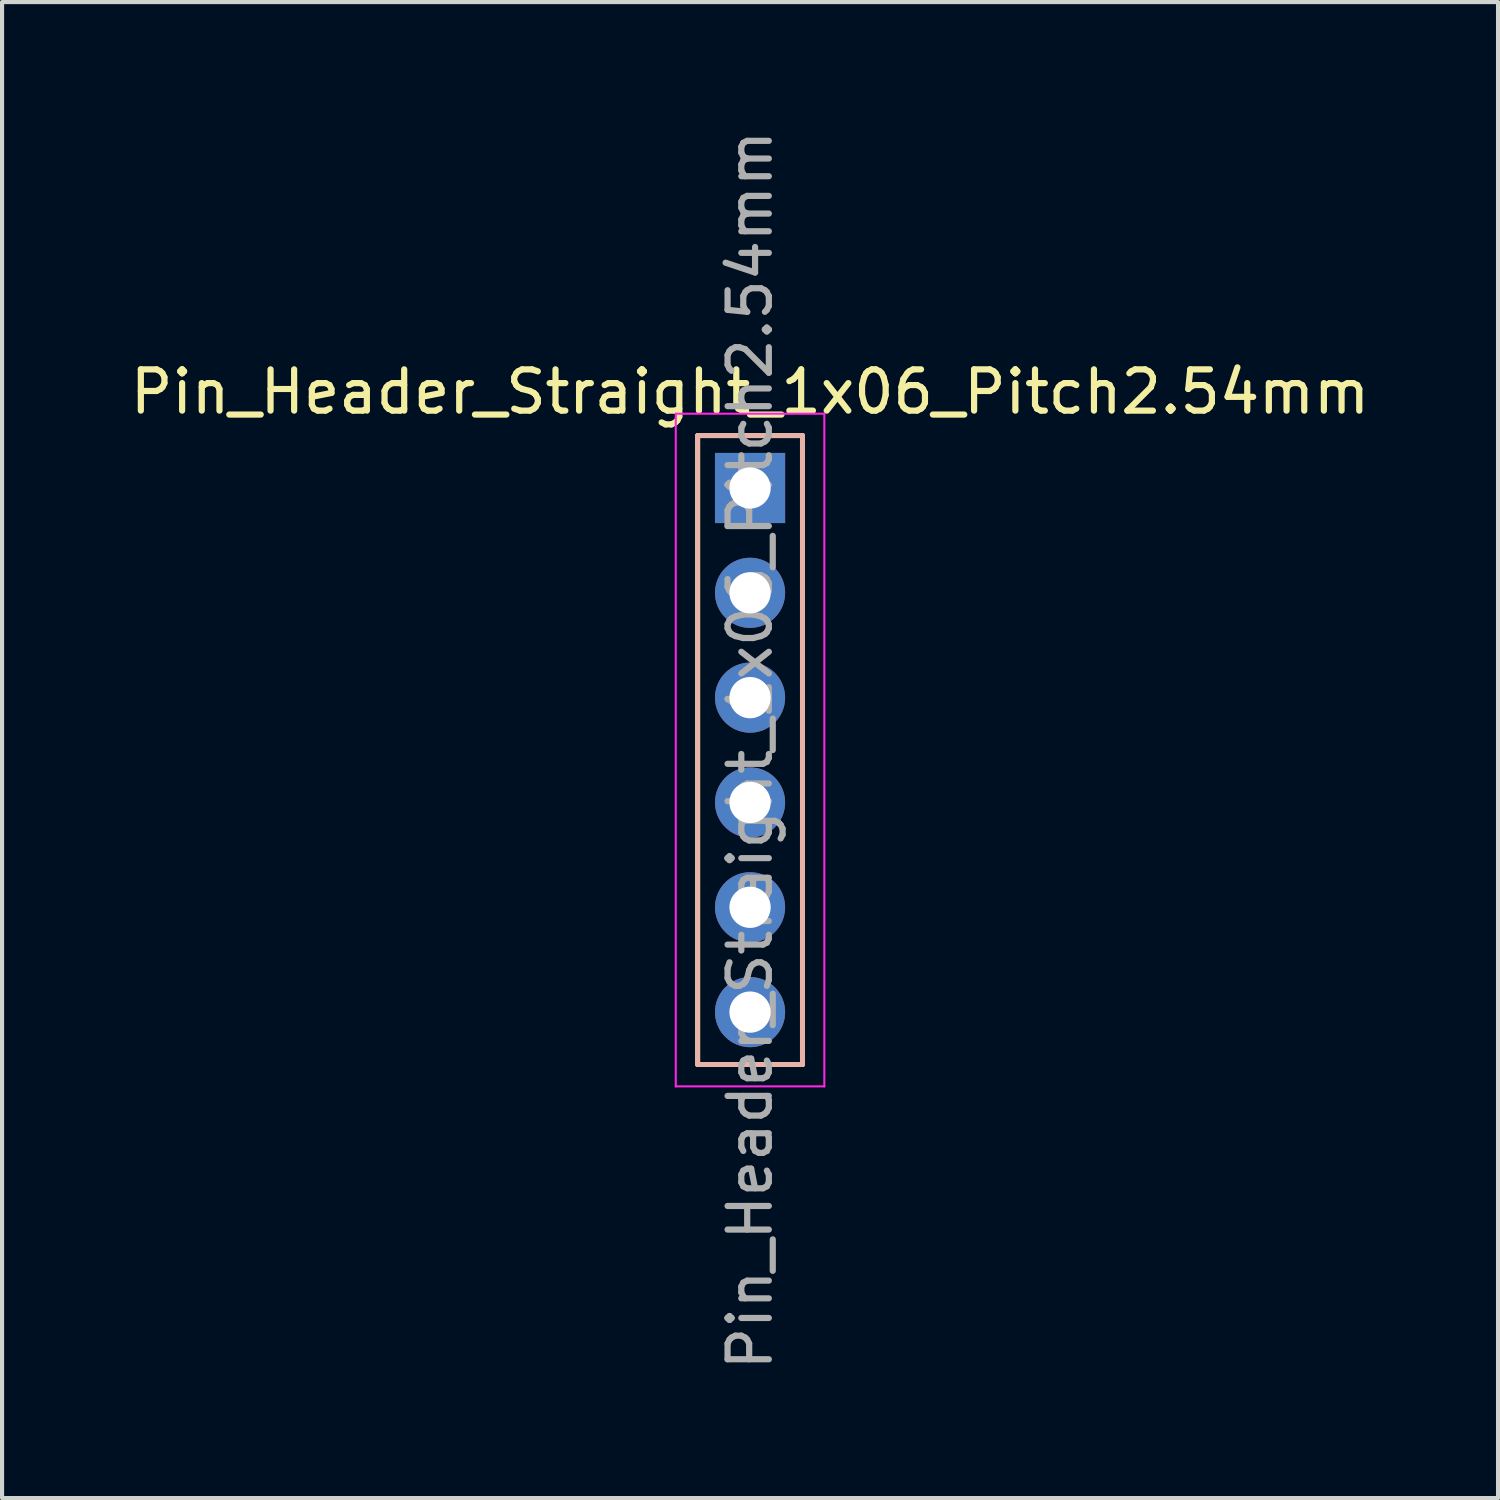
<source format=kicad_pcb>
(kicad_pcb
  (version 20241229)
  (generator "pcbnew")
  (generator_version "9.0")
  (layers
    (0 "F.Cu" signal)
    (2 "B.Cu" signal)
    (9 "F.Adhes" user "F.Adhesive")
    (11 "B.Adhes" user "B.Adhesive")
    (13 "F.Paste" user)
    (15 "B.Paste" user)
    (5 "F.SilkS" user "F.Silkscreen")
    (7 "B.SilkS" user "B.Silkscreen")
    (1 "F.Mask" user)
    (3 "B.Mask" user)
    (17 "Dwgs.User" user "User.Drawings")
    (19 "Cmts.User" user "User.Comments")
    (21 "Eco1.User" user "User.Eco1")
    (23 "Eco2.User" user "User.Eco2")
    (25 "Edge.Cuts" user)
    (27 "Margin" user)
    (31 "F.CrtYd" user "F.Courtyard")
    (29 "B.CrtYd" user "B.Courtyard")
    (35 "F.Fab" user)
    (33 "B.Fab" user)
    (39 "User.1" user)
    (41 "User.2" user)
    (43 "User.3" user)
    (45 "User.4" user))
  (footprint "Pin_Header_Straight_1x06_Pitch2.54mm"
    (layer "F.Cu")
    (at 15.125 8.775)
    (property "Reference" "Pin_Header_Straight_1x06_Pitch2.54mm" (at 0 -2.33 0) (layer "F.SilkS") (effects (font (size 1 1) (thickness 0.15))))
    (attr through_hole)
    (fp_line (start -1.27 -1.27) (end -1.27 13.97) (stroke (width 0.12) (type solid)) (layer "F.SilkS"))
    (fp_line (start -1.27 13.97) (end 1.27 13.97) (stroke (width 0.12) (type solid)) (layer "F.SilkS"))
    (fp_line (start 1.27 -1.27) (end -1.27 -1.27) (stroke (width 0.12) (type solid)) (layer "F.SilkS"))
    (fp_line (start 1.27 13.97) (end 1.27 -1.27) (stroke (width 0.12) (type solid)) (layer "F.SilkS"))
    (fp_line (start -1.27 -1.27) (end 1.27 -1.27) (stroke (width 0.12) (type solid)) (layer "B.SilkS"))
    (fp_line (start -1.27 13.97) (end -1.27 -1.27) (stroke (width 0.12) (type solid)) (layer "B.SilkS"))
    (fp_line (start 1.27 -1.27) (end 1.27 13.97) (stroke (width 0.12) (type solid)) (layer "B.SilkS"))
    (fp_line (start 1.27 13.97) (end -1.27 13.97) (stroke (width 0.12) (type solid)) (layer "B.SilkS"))
    (fp_line (start -1.8 -1.8) (end -1.8 14.5) (stroke (width 0.05) (type solid)) (layer "F.CrtYd"))
    (fp_line (start -1.8 14.5) (end 1.8 14.5) (stroke (width 0.05) (type solid)) (layer "F.CrtYd"))
    (fp_line (start 1.8 -1.8) (end -1.8 -1.8) (stroke (width 0.05) (type solid)) (layer "F.CrtYd"))
    (fp_line (start 1.8 14.5) (end 1.8 -1.8) (stroke (width 0.05) (type solid)) (layer "F.CrtYd"))
    (fp_text user "${REFERENCE}" (at 0 6.35 90) (layer "F.Fab") (effects (font (size 1 1) (thickness 0.15))))
    (pad "1" thru_hole rect (at 0 0) (size 1.7 1.7) (drill 1) (layers "*.Cu" "*.Mask"))
    (pad "2" thru_hole oval (at 0 2.54) (size 1.7 1.7) (drill 1) (layers "*.Cu" "*.Mask"))
    (pad "3" thru_hole oval (at 0 5.08) (size 1.7 1.7) (drill 1) (layers "*.Cu" "*.Mask"))
    (pad "4" thru_hole oval (at 0 7.62) (size 1.7 1.7) (drill 1) (layers "*.Cu" "*.Mask"))
    (pad "5" thru_hole oval (at 0 10.16) (size 1.7 1.7) (drill 1) (layers "*.Cu" "*.Mask"))
    (pad "6" thru_hole oval (at 0 12.7) (size 1.7 1.7) (drill 1) (layers "*.Cu" "*.Mask")))
  (gr_rect
    (start -3 -3)
    (end 33.25 33.25)
    (stroke (width 0.1) (type default))
    (fill no)
    (layer "Edge.Cuts")))
</source>
